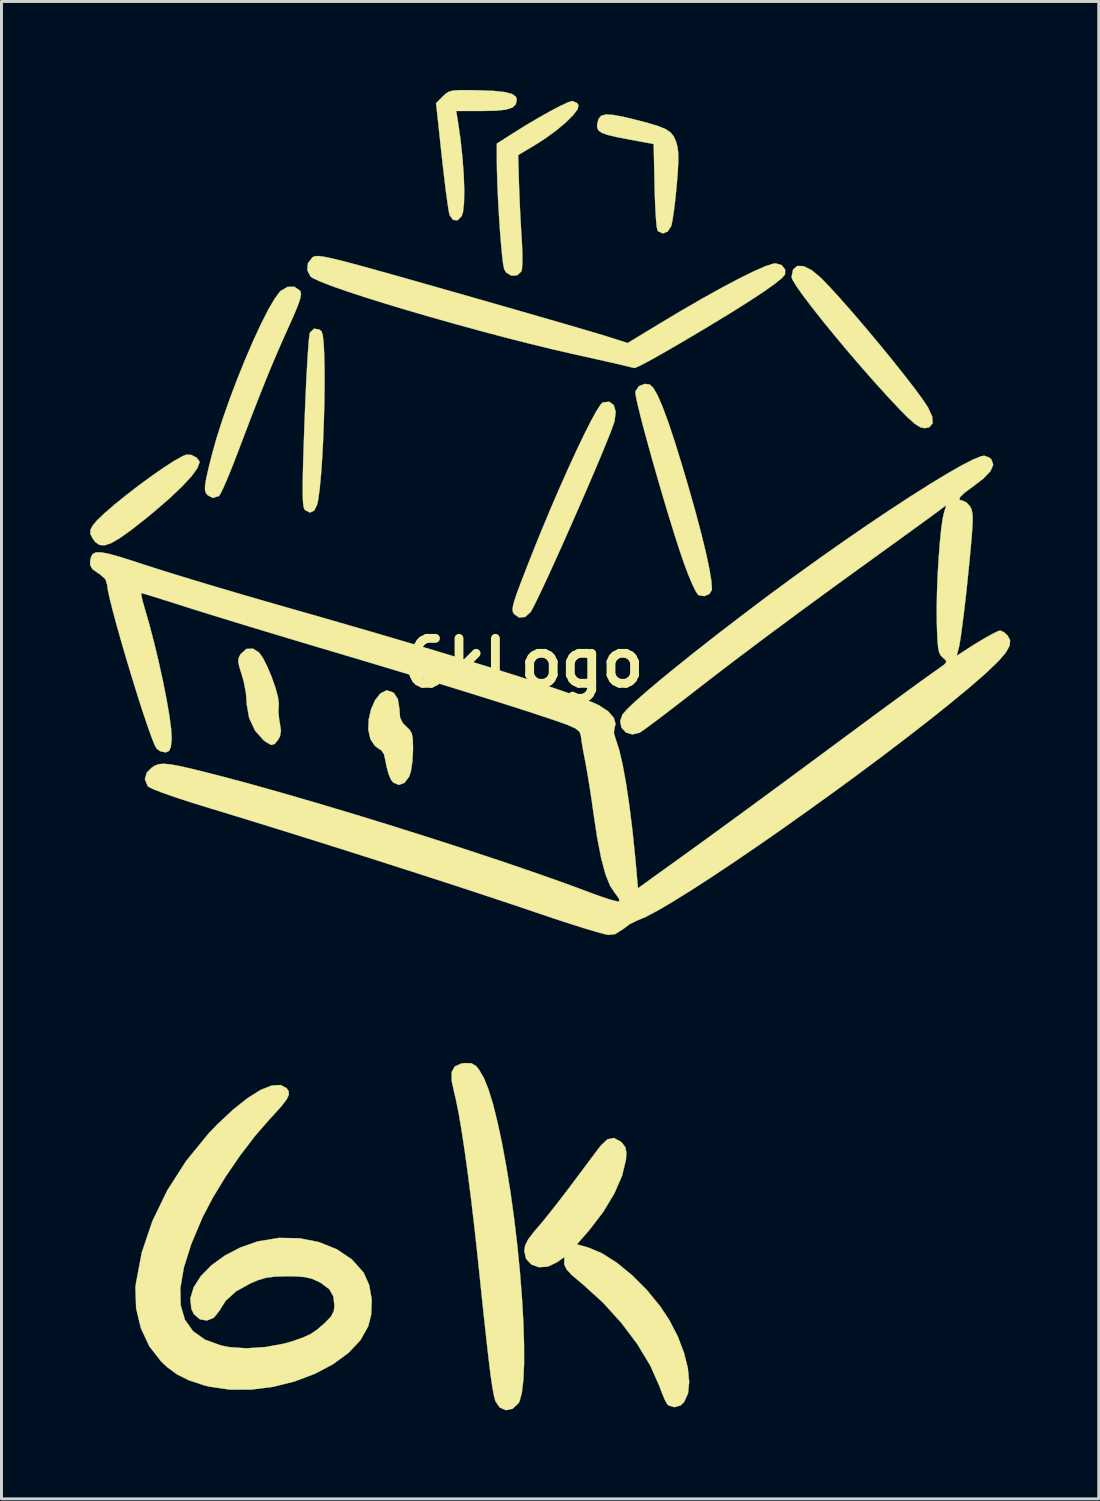
<source format=kicad_pcb>
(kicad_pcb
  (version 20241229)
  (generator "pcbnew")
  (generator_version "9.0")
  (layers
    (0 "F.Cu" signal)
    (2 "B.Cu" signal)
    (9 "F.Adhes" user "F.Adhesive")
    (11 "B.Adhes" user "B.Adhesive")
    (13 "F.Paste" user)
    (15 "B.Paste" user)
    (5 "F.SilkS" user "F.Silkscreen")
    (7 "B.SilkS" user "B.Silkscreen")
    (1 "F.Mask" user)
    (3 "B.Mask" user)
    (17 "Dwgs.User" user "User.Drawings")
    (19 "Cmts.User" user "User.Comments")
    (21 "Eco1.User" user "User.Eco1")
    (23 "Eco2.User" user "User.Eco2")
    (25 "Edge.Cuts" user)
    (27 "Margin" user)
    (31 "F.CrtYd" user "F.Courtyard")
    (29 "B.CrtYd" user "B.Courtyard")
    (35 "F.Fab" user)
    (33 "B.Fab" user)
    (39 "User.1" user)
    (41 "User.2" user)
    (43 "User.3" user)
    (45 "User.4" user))
  (footprint "6kLogo"
    (layer "F.Cu")
    (at 14.722 19.423)
    (property "Reference" "6kLogo" (at 0 0 0) (layer "F.SilkS") (effects (font (size 1.524 1.524) (thickness 0.3))))
    (attr through_hole)
    (fp_poly (pts (xy -11.286 -7.053) (xy -11.111 -6.963) (xy -11.011 -6.836) (xy -11.007 -6.805) (xy -11.076 -6.611) (xy -11.276 -6.334) (xy -11.598 -5.985) (xy -12.032 -5.574) (xy -12.567 -5.112) (xy -12.855 -4.876) (xy -13.34 -4.496) (xy -13.72 -4.226) (xy -14.013 -4.058) (xy -14.236 -3.986) (xy -14.407 -4.003) (xy -14.545 -4.103) (xy -14.619 -4.201) (xy -14.712 -4.377) (xy -14.701 -4.521) (xy -14.64 -4.643) (xy -14.501 -4.816) (xy -14.246 -5.061) (xy -13.905 -5.357) (xy -13.505 -5.681) (xy -13.073 -6.015) (xy -12.636 -6.335) (xy -12.224 -6.622) (xy -11.862 -6.855) (xy -11.579 -7.012) (xy -11.46 -7.061) (xy -11.286 -7.053)) (stroke (width 0.01) (type solid)) (fill yes) (layer "F.SilkS"))
    (fp_poly (pts (xy -8.991 -0.355) (xy -8.858 -0.168) (xy -8.71 0.124) (xy -8.564 0.473) (xy -8.438 0.831) (xy -8.351 1.149) (xy -8.32 1.38) (xy -8.324 1.425) (xy -8.335 1.659) (xy -8.305 1.949) (xy -8.289 2.026) (xy -8.248 2.297) (xy -8.281 2.487) (xy -8.339 2.593) (xy -8.462 2.747) (xy -8.58 2.778) (xy -8.747 2.686) (xy -8.839 2.617) (xy -9.127 2.292) (xy -9.326 1.867) (xy -9.41 1.397) (xy -9.411 1.326) (xy -9.438 0.998) (xy -9.512 0.62) (xy -9.576 0.398) (xy -9.665 0.115) (xy -9.698 -0.063) (xy -9.676 -0.19) (xy -9.612 -0.305) (xy -9.422 -0.475) (xy -9.198 -0.486) (xy -8.991 -0.355)) (stroke (width 0.01) (type solid)) (fill yes) (layer "F.SilkS"))
    (fp_poly (pts (xy -6.955 -11.306) (xy -6.875 -11.244) (xy -6.832 -11.115) (xy -6.801 -10.842) (xy -6.781 -10.449) (xy -6.771 -9.96) (xy -6.77 -9.401) (xy -6.778 -8.795) (xy -6.795 -8.167) (xy -6.819 -7.542) (xy -6.851 -6.944) (xy -6.889 -6.397) (xy -6.933 -5.926) (xy -6.982 -5.556) (xy -7.018 -5.376) (xy -7.119 -5.167) (xy -7.266 -5.097) (xy -7.427 -5.18) (xy -7.446 -5.202) (xy -7.475 -5.268) (xy -7.496 -5.396) (xy -7.508 -5.602) (xy -7.512 -5.902) (xy -7.507 -6.311) (xy -7.494 -6.844) (xy -7.472 -7.519) (xy -7.448 -8.19) (xy -7.421 -8.875) (xy -7.392 -9.509) (xy -7.362 -10.073) (xy -7.333 -10.544) (xy -7.306 -10.904) (xy -7.282 -11.129) (xy -7.267 -11.197) (xy -7.129 -11.331) (xy -6.955 -11.306)) (stroke (width 0.01) (type solid)) (fill yes) (layer "F.SilkS"))
    (fp_poly (pts (xy -4.429 1.006) (xy -4.287 1.22) (xy -4.233 1.555) (xy -4.233 1.576) (xy -4.21 1.85) (xy -4.12 2.036) (xy -4 2.156) (xy -3.879 2.274) (xy -3.81 2.4) (xy -3.779 2.583) (xy -3.772 2.873) (xy -3.773 2.978) (xy -3.794 3.35) (xy -3.844 3.67) (xy -3.901 3.852) (xy -4.063 4.064) (xy -4.255 4.133) (xy -4.44 4.055) (xy -4.515 3.963) (xy -4.603 3.759) (xy -4.676 3.478) (xy -4.694 3.37) (xy -4.754 3.098) (xy -4.849 2.955) (xy -4.923 2.917) (xy -5.068 2.806) (xy -5.202 2.605) (xy -5.219 2.566) (xy -5.288 2.26) (xy -5.274 1.913) (xy -5.193 1.567) (xy -5.058 1.261) (xy -4.883 1.037) (xy -4.684 0.934) (xy -4.648 0.931) (xy -4.429 1.006)) (stroke (width 0.01) (type solid)) (fill yes) (layer "F.SilkS"))
    (fp_poly (pts (xy 9.47 -13.451) (xy 9.744 -13.314) (xy 10.049 -13.06) (xy 10.353 -12.746) (xy 10.722 -12.341) (xy 11.138 -11.868) (xy 11.58 -11.351) (xy 12.029 -10.814) (xy 12.465 -10.281) (xy 12.867 -9.777) (xy 13.217 -9.325) (xy 13.494 -8.949) (xy 13.679 -8.673) (xy 13.686 -8.66) (xy 13.829 -8.348) (xy 13.841 -8.12) (xy 13.725 -7.988) (xy 13.562 -7.958) (xy 13.421 -7.992) (xy 13.244 -8.103) (xy 13.007 -8.312) (xy 12.707 -8.615) (xy 12.285 -9.066) (xy 11.838 -9.56) (xy 11.382 -10.08) (xy 10.929 -10.609) (xy 10.495 -11.129) (xy 10.093 -11.622) (xy 9.738 -12.073) (xy 9.443 -12.462) (xy 9.223 -12.774) (xy 9.091 -12.991) (xy 9.059 -13.081) (xy 9.11 -13.335) (xy 9.253 -13.458) (xy 9.47 -13.451)) (stroke (width 0.01) (type solid)) (fill yes) (layer "F.SilkS"))
    (fp_poly (pts (xy -1.563 -19.412) (xy -1.033 -19.392) (xy -0.654 -19.351) (xy -0.41 -19.286) (xy -0.283 -19.193) (xy -0.254 -19.095) (xy -0.288 -18.936) (xy -0.405 -18.826) (xy -0.627 -18.756) (xy -0.975 -18.72) (xy -1.414 -18.711) (xy -2.308 -18.711) (xy -2.249 -18.352) (xy -2.161 -17.737) (xy -2.096 -17.126) (xy -2.053 -16.547) (xy -2.035 -16.029) (xy -2.043 -15.6) (xy -2.077 -15.288) (xy -2.12 -15.15) (xy -2.26 -15.006) (xy -2.414 -15.018) (xy -2.53 -15.177) (xy -2.56 -15.315) (xy -2.604 -15.595) (xy -2.657 -15.986) (xy -2.715 -16.463) (xy -2.777 -16.997) (xy -2.796 -17.172) (xy -2.99 -18.977) (xy -2.763 -19.204) (xy -2.659 -19.302) (xy -2.555 -19.365) (xy -2.415 -19.402) (xy -2.205 -19.417) (xy -1.887 -19.418) (xy -1.563 -19.412)) (stroke (width 0.01) (type solid)) (fill yes) (layer "F.SilkS"))
    (fp_poly (pts (xy 4.255 -9.437) (xy 4.371 -9.329) (xy 4.513 -9.085) (xy 4.682 -8.699) (xy 4.879 -8.165) (xy 5.107 -7.48) (xy 5.367 -6.637) (xy 5.576 -5.927) (xy 5.808 -5.107) (xy 6.004 -4.366) (xy 6.161 -3.719) (xy 6.275 -3.182) (xy 6.343 -2.772) (xy 6.361 -2.504) (xy 6.359 -2.479) (xy 6.275 -2.338) (xy 6.103 -2.266) (xy 5.922 -2.293) (xy 5.894 -2.31) (xy 5.813 -2.427) (xy 5.694 -2.67) (xy 5.555 -3.002) (xy 5.411 -3.387) (xy 5.262 -3.824) (xy 5.094 -4.345) (xy 4.914 -4.926) (xy 4.727 -5.546) (xy 4.541 -6.181) (xy 4.361 -6.81) (xy 4.193 -7.411) (xy 4.044 -7.961) (xy 3.921 -8.437) (xy 3.829 -8.818) (xy 3.775 -9.081) (xy 3.765 -9.202) (xy 3.885 -9.384) (xy 4.093 -9.461) (xy 4.255 -9.437)) (stroke (width 0.01) (type solid)) (fill yes) (layer "F.SilkS"))
    (fp_poly (pts (xy -7.606 -12.623) (xy -7.591 -12.6) (xy -7.569 -12.505) (xy -7.596 -12.346) (xy -7.681 -12.1) (xy -7.831 -11.743) (xy -7.978 -11.415) (xy -8.22 -10.876) (xy -8.455 -10.334) (xy -8.694 -9.761) (xy -8.948 -9.127) (xy -9.23 -8.404) (xy -9.552 -7.562) (xy -9.704 -7.159) (xy -9.883 -6.696) (xy -10.049 -6.287) (xy -10.19 -5.96) (xy -10.296 -5.741) (xy -10.35 -5.658) (xy -10.558 -5.594) (xy -10.736 -5.69) (xy -10.795 -5.766) (xy -10.824 -5.868) (xy -10.82 -6.023) (xy -10.781 -6.26) (xy -10.702 -6.606) (xy -10.594 -7.039) (xy -10.433 -7.618) (xy -10.229 -8.255) (xy -9.994 -8.926) (xy -9.736 -9.609) (xy -9.466 -10.278) (xy -9.194 -10.91) (xy -8.93 -11.48) (xy -8.684 -11.966) (xy -8.466 -12.341) (xy -8.287 -12.584) (xy -8.26 -12.611) (xy -8.025 -12.748) (xy -7.79 -12.752) (xy -7.606 -12.623)) (stroke (width 0.01) (type solid)) (fill yes) (layer "F.SilkS"))
    (fp_poly (pts (xy 1.787 -18.981) (xy 1.838 -18.907) (xy 1.807 -18.77) (xy 1.654 -18.567) (xy 1.404 -18.319) (xy 1.079 -18.048) (xy 0.704 -17.775) (xy 0.37 -17.561) (xy -0.209 -17.216) (xy -0.181 -16.271) (xy -0.162 -15.75) (xy -0.134 -15.158) (xy -0.102 -14.592) (xy -0.088 -14.373) (xy -0.067 -13.955) (xy -0.064 -13.606) (xy -0.078 -13.362) (xy -0.099 -13.271) (xy -0.244 -13.14) (xy -0.435 -13.129) (xy -0.609 -13.23) (xy -0.681 -13.345) (xy -0.714 -13.504) (xy -0.75 -13.8) (xy -0.788 -14.204) (xy -0.826 -14.683) (xy -0.86 -15.206) (xy -0.89 -15.742) (xy -0.913 -16.26) (xy -0.927 -16.729) (xy -0.93 -16.994) (xy -0.931 -17.605) (xy -0.445 -17.917) (xy 0.012 -18.202) (xy 0.46 -18.468) (xy 0.872 -18.7) (xy 1.222 -18.884) (xy 1.483 -19.006) (xy 1.628 -19.05) (xy 1.629 -19.05) (xy 1.787 -18.981)) (stroke (width 0.01) (type solid)) (fill yes) (layer "F.SilkS"))
    (fp_poly (pts (xy 3.033 -8.742) (xy 3.098 -8.52) (xy 3.064 -8.215) (xy 3.044 -8.148) (xy 2.955 -7.898) (xy 2.808 -7.526) (xy 2.614 -7.054) (xy 2.383 -6.505) (xy 2.124 -5.902) (xy 1.847 -5.265) (xy 1.563 -4.619) (xy 1.281 -3.985) (xy 1.011 -3.386) (xy 0.763 -2.843) (xy 0.546 -2.381) (xy 0.372 -2.021) (xy 0.248 -1.784) (xy 0.215 -1.728) (xy 0.032 -1.56) (xy -0.173 -1.54) (xy -0.343 -1.656) (xy -0.382 -1.718) (xy -0.398 -1.8) (xy -0.385 -1.922) (xy -0.338 -2.104) (xy -0.25 -2.367) (xy -0.115 -2.729) (xy 0.072 -3.212) (xy 0.274 -3.725) (xy 0.573 -4.467) (xy 0.881 -5.203) (xy 1.188 -5.917) (xy 1.488 -6.591) (xy 1.772 -7.209) (xy 2.032 -7.751) (xy 2.261 -8.203) (xy 2.449 -8.546) (xy 2.589 -8.762) (xy 2.663 -8.834) (xy 2.883 -8.855) (xy 3.033 -8.742)) (stroke (width 0.01) (type solid)) (fill yes) (layer "F.SilkS"))
    (fp_poly (pts (xy 3.044 -18.574) (xy 3.437 -18.496) (xy 3.668 -18.44) (xy 4.173 -18.31) (xy 4.539 -18.2) (xy 4.793 -18.095) (xy 4.96 -17.982) (xy 5.069 -17.846) (xy 5.144 -17.672) (xy 5.151 -17.652) (xy 5.197 -17.475) (xy 5.22 -17.265) (xy 5.221 -16.987) (xy 5.2 -16.604) (xy 5.166 -16.186) (xy 5.122 -15.743) (xy 5.074 -15.342) (xy 5.026 -15.023) (xy 4.985 -14.826) (xy 4.98 -14.81) (xy 4.86 -14.625) (xy 4.698 -14.56) (xy 4.545 -14.629) (xy 4.514 -14.668) (xy 4.489 -14.785) (xy 4.465 -15.041) (xy 4.443 -15.404) (xy 4.425 -15.845) (xy 4.416 -16.183) (xy 4.386 -17.592) (xy 3.635 -17.73) (xy 3.162 -17.821) (xy 2.832 -17.898) (xy 2.623 -17.973) (xy 2.51 -18.057) (xy 2.468 -18.159) (xy 2.471 -18.258) (xy 2.514 -18.439) (xy 2.607 -18.55) (xy 2.776 -18.594) (xy 3.044 -18.574)) (stroke (width 0.01) (type solid)) (fill yes) (layer "F.SilkS"))
    (fp_poly (pts (xy -1.789 13.57) (xy -1.631 13.666) (xy -1.53 13.793) (xy -1.368 14.072) (xy -1.214 14.453) (xy -1.06 14.953) (xy -0.902 15.591) (xy -0.76 16.256) (xy -0.605 17.09) (xy -0.464 17.967) (xy -0.34 18.868) (xy -0.233 19.775) (xy -0.146 20.669) (xy -0.078 21.532) (xy -0.032 22.346) (xy -0.008 23.091) (xy -0.007 23.75) (xy -0.031 24.304) (xy -0.082 24.734) (xy -0.159 25.023) (xy -0.192 25.086) (xy -0.395 25.28) (xy -0.623 25.329) (xy -0.833 25.236) (xy -0.969 25.04) (xy -1.003 24.94) (xy -1.038 24.794) (xy -1.075 24.591) (xy -1.117 24.316) (xy -1.165 23.955) (xy -1.22 23.495) (xy -1.285 22.923) (xy -1.361 22.225) (xy -1.45 21.387) (xy -1.553 20.396) (xy -1.568 20.248) (xy -1.678 19.236) (xy -1.791 18.269) (xy -1.906 17.366) (xy -2.019 16.546) (xy -2.128 15.827) (xy -2.231 15.228) (xy -2.324 14.769) (xy -2.372 14.578) (xy -2.463 14.156) (xy -2.459 13.861) (xy -2.354 13.675) (xy -2.141 13.58) (xy -2.019 13.563) (xy -1.789 13.57)) (stroke (width 0.01) (type solid)) (fill yes) (layer "F.SilkS"))
    (fp_poly (pts (xy 3.264 16.221) (xy 3.313 16.267) (xy 3.425 16.415) (xy 3.462 16.595) (xy 3.446 16.838) (xy 3.314 17.384) (xy 3.052 17.985) (xy 2.673 18.613) (xy 2.193 19.238) (xy 2.117 19.325) (xy 1.782 19.706) (xy 2.165 19.814) (xy 2.632 20.009) (xy 3.139 20.331) (xy 3.655 20.755) (xy 4.153 21.254) (xy 4.601 21.8) (xy 4.912 22.267) (xy 5.201 22.824) (xy 5.412 23.376) (xy 5.543 23.899) (xy 5.59 24.369) (xy 5.55 24.761) (xy 5.419 25.052) (xy 5.3 25.166) (xy 5.091 25.227) (xy 4.893 25.17) (xy 4.844 25.125) (xy 4.771 24.992) (xy 4.67 24.755) (xy 4.579 24.512) (xy 4.271 23.817) (xy 3.833 23.092) (xy 3.291 22.37) (xy 2.67 21.685) (xy 1.996 21.071) (xy 1.904 20.996) (xy 1.606 20.744) (xy 1.431 20.553) (xy 1.36 20.4) (xy 1.355 20.349) (xy 1.355 20.139) (xy 1.109 20.314) (xy 0.8 20.461) (xy 0.498 20.483) (xy 0.24 20.391) (xy 0.062 20.2) (xy 0 19.939) (xy 0.028 19.748) (xy 0.129 19.544) (xy 0.324 19.286) (xy 0.432 19.161) (xy 0.646 18.908) (xy 0.925 18.559) (xy 1.239 18.158) (xy 1.554 17.745) (xy 1.623 17.653) (xy 1.909 17.27) (xy 2.176 16.913) (xy 2.4 16.615) (xy 2.556 16.407) (xy 2.591 16.362) (xy 2.815 16.148) (xy 3.036 16.101) (xy 3.264 16.221)) (stroke (width 0.01) (type solid)) (fill yes) (layer "F.SilkS"))
    (fp_poly (pts (xy -6.951 -13.792) (xy -6.805 -13.773) (xy -6.6 -13.732) (xy -6.325 -13.668) (xy -5.965 -13.576) (xy -5.508 -13.453) (xy -4.941 -13.296) (xy -4.251 -13.103) (xy -3.425 -12.868) (xy -2.45 -12.59) (xy -2.409 -12.579) (xy -1.538 -12.33) (xy -0.696 -12.089) (xy 0.097 -11.861) (xy 0.825 -11.65) (xy 1.471 -11.463) (xy 2.016 -11.304) (xy 2.443 -11.178) (xy 2.734 -11.091) (xy 2.832 -11.06) (xy 3.504 -10.845) (xy 4.525 -11.465) (xy 5.309 -11.934) (xy 6.041 -12.358) (xy 6.708 -12.728) (xy 7.295 -13.038) (xy 7.789 -13.281) (xy 8.175 -13.45) (xy 8.44 -13.536) (xy 8.52 -13.547) (xy 8.727 -13.486) (xy 8.843 -13.336) (xy 8.838 -13.171) (xy 8.732 -13.046) (xy 8.483 -12.846) (xy 8.1 -12.575) (xy 7.588 -12.239) (xy 6.956 -11.842) (xy 6.211 -11.389) (xy 5.969 -11.245) (xy 5.248 -10.819) (xy 4.664 -10.481) (xy 4.219 -10.232) (xy 3.914 -10.072) (xy 3.75 -10.002) (xy 3.726 -9.999) (xy 3.623 -10.024) (xy 3.425 -10.072) (xy 3.387 -10.082) (xy 3.205 -10.125) (xy 2.893 -10.196) (xy 2.486 -10.288) (xy 2.018 -10.392) (xy 1.693 -10.464) (xy 0.96 -10.633) (xy 0.172 -10.825) (xy -0.655 -11.035) (xy -1.501 -11.26) (xy -2.35 -11.493) (xy -3.185 -11.729) (xy -3.988 -11.963) (xy -4.743 -12.191) (xy -5.43 -12.406) (xy -6.034 -12.605) (xy -6.536 -12.781) (xy -6.92 -12.93) (xy -7.168 -13.046) (xy -7.247 -13.101) (xy -7.357 -13.315) (xy -7.333 -13.553) (xy -7.183 -13.747) (xy -7.172 -13.755) (xy -7.122 -13.78) (xy -7.052 -13.793) (xy -6.951 -13.792)) (stroke (width 0.01) (type solid)) (fill yes) (layer "F.SilkS"))
    (fp_poly (pts (xy -8.06 14.41) (xy -7.986 14.514) (xy -7.98 14.633) (xy -8.053 14.791) (xy -8.22 15.01) (xy -8.491 15.313) (xy -8.635 15.466) (xy -9.13 16.036) (xy -9.641 16.706) (xy -10.131 17.423) (xy -10.565 18.136) (xy -10.907 18.792) (xy -10.91 18.797) (xy -11.29 19.7) (xy -11.54 20.496) (xy -11.659 21.187) (xy -11.647 21.774) (xy -11.504 22.261) (xy -11.229 22.649) (xy -10.821 22.939) (xy -10.282 23.134) (xy -10.003 23.19) (xy -9.422 23.231) (xy -8.775 23.188) (xy -8.135 23.071) (xy -7.825 22.981) (xy -7.482 22.858) (xy -7.236 22.743) (xy -7.022 22.597) (xy -6.774 22.384) (xy -6.766 22.377) (xy -6.555 22.16) (xy -6.456 21.969) (xy -6.435 21.786) (xy -6.474 21.465) (xy -6.612 21.227) (xy -6.881 21.025) (xy -6.967 20.977) (xy -7.191 20.876) (xy -7.43 20.818) (xy -7.741 20.793) (xy -8.043 20.789) (xy -8.448 20.801) (xy -8.754 20.841) (xy -9.033 20.924) (xy -9.284 21.03) (xy -9.773 21.302) (xy -10.122 21.619) (xy -10.34 21.963) (xy -10.523 22.195) (xy -10.756 22.289) (xy -10.995 22.249) (xy -11.197 22.077) (xy -11.286 21.897) (xy -11.32 21.539) (xy -11.206 21.161) (xy -10.963 20.782) (xy -10.608 20.419) (xy -10.158 20.092) (xy -9.631 19.816) (xy -9.045 19.611) (xy -9.013 19.603) (xy -8.312 19.488) (xy -7.617 19.501) (xy -6.956 19.632) (xy -6.356 19.874) (xy -5.846 20.217) (xy -5.454 20.655) (xy -5.445 20.668) (xy -5.258 21.083) (xy -5.171 21.576) (xy -5.189 22.086) (xy -5.29 22.485) (xy -5.556 22.958) (xy -5.963 23.39) (xy -6.487 23.772) (xy -7.102 24.097) (xy -7.784 24.354) (xy -8.507 24.535) (xy -9.247 24.63) (xy -9.979 24.632) (xy -10.676 24.531) (xy -10.88 24.478) (xy -11.38 24.31) (xy -11.771 24.116) (xy -12.112 23.864) (xy -12.309 23.679) (xy -12.71 23.163) (xy -12.997 22.549) (xy -13.158 21.875) (xy -13.181 21.179) (xy -13.169 21.056) (xy -12.968 19.989) (xy -12.609 18.924) (xy -12.104 17.881) (xy -11.463 16.881) (xy -10.699 15.946) (xy -10.419 15.654) (xy -9.874 15.142) (xy -9.375 14.746) (xy -8.934 14.471) (xy -8.559 14.323) (xy -8.259 14.307) (xy -8.06 14.41)) (stroke (width 0.01) (type solid)) (fill yes) (layer "F.SilkS"))
    (fp_poly (pts (xy 15.756 -6.967) (xy 15.835 -6.898) (xy 15.895 -6.719) (xy 15.805 -6.505) (xy 15.56 -6.249) (xy 15.246 -6.009) (xy 14.937 -5.779) (xy 14.771 -5.622) (xy 14.745 -5.532) (xy 14.854 -5.503) (xy 14.857 -5.503) (xy 14.993 -5.438) (xy 15.109 -5.309) (xy 15.164 -5.198) (xy 15.193 -5.048) (xy 15.199 -4.824) (xy 15.182 -4.493) (xy 15.154 -4.145) (xy 15.1 -3.549) (xy 15.039 -2.934) (xy 14.975 -2.329) (xy 14.91 -1.763) (xy 14.847 -1.266) (xy 14.792 -0.866) (xy 14.746 -0.593) (xy 14.73 -0.523) (xy 14.657 -0.241) (xy 14.885 -0.392) (xy 15.236 -0.617) (xy 15.571 -0.819) (xy 15.856 -0.979) (xy 16.058 -1.078) (xy 16.132 -1.101) (xy 16.258 -1.043) (xy 16.381 -0.933) (xy 16.468 -0.774) (xy 16.452 -0.585) (xy 16.324 -0.353) (xy 16.073 -0.062) (xy 15.692 0.304) (xy 15.592 0.395) (xy 15.056 0.859) (xy 14.431 1.375) (xy 13.73 1.935) (xy 12.968 2.527) (xy 12.158 3.143) (xy 11.315 3.772) (xy 10.452 4.404) (xy 9.583 5.029) (xy 8.723 5.639) (xy 7.885 6.221) (xy 7.084 6.768) (xy 6.332 7.268) (xy 5.645 7.713) (xy 5.036 8.091) (xy 4.52 8.394) (xy 4.109 8.611) (xy 3.835 8.726) (xy 3.571 8.854) (xy 3.344 9.025) (xy 3.078 9.192) (xy 2.861 9.218) (xy 2.709 9.188) (xy 2.421 9.109) (xy 2.021 8.989) (xy 1.533 8.835) (xy 0.981 8.654) (xy 0.389 8.454) (xy 0.381 8.452) (xy -0.398 8.188) (xy -1.313 7.884) (xy -2.335 7.548) (xy -3.44 7.19) (xy -4.598 6.817) (xy -5.784 6.439) (xy -6.971 6.064) (xy -8.131 5.701) (xy -9.237 5.358) (xy -10.264 5.043) (xy -10.583 4.947) (xy -11.256 4.739) (xy -11.821 4.555) (xy -12.266 4.4) (xy -12.578 4.278) (xy -12.744 4.194) (xy -12.764 4.176) (xy -12.862 3.939) (xy -12.795 3.716) (xy -12.638 3.556) (xy -12.527 3.481) (xy -12.403 3.434) (xy -12.243 3.417) (xy -12.024 3.433) (xy -11.725 3.485) (xy -11.322 3.575) (xy -10.793 3.706) (xy -10.372 3.814) (xy -9.345 4.087) (xy -8.206 4.406) (xy -6.982 4.762) (xy -5.702 5.146) (xy -4.394 5.549) (xy -3.087 5.962) (xy -1.81 6.376) (xy -0.59 6.782) (xy 0.544 7.172) (xy 1.563 7.535) (xy 2.228 7.783) (xy 2.595 7.917) (xy 2.906 8.019) (xy 3.125 8.078) (xy 3.217 8.086) (xy 3.215 8.002) (xy 3.116 7.853) (xy 3.084 7.817) (xy 2.909 7.554) (xy 2.75 7.156) (xy 2.605 6.613) (xy 2.47 5.916) (xy 2.364 5.216) (xy 2.291 4.705) (xy 2.214 4.194) (xy 2.139 3.734) (xy 2.075 3.376) (xy 2.06 3.302) (xy 1.995 2.966) (xy 1.945 2.673) (xy 1.919 2.48) (xy 1.918 2.468) (xy 1.872 2.331) (xy 1.732 2.217) (xy 1.482 2.106) (xy 1.152 1.986) (xy 0.675 1.825) (xy 0.068 1.625) (xy -0.656 1.394) (xy -1.48 1.135) (xy -2.388 0.853) (xy -3.364 0.553) (xy -4.394 0.241) (xy -5.461 -0.079) (xy -6.223 -0.306) (xy -7.042 -0.55) (xy -7.874 -0.799) (xy -8.69 -1.045) (xy -9.463 -1.279) (xy -10.165 -1.494) (xy -10.768 -1.68) (xy -11.245 -1.829) (xy -11.359 -1.865) (xy -11.847 -2.021) (xy -12.278 -2.157) (xy -12.627 -2.266) (xy -12.869 -2.339) (xy -12.977 -2.37) (xy -12.98 -2.371) (xy -12.982 -2.298) (xy -12.941 -2.113) (xy -12.9 -1.968) (xy -12.724 -1.358) (xy -12.552 -0.704) (xy -12.391 -0.034) (xy -12.247 0.623) (xy -12.125 1.238) (xy -12.031 1.783) (xy -11.972 2.229) (xy -11.953 2.547) (xy -11.954 2.599) (xy -11.983 2.853) (xy -12.042 2.982) (xy -12.149 3.03) (xy -12.154 3.031) (xy -12.344 2.991) (xy -12.464 2.904) (xy -12.535 2.769) (xy -12.643 2.495) (xy -12.781 2.107) (xy -12.941 1.63) (xy -13.115 1.087) (xy -13.296 0.503) (xy -13.477 -0.096) (xy -13.65 -0.687) (xy -13.808 -1.245) (xy -13.943 -1.745) (xy -14.048 -2.163) (xy -14.116 -2.474) (xy -14.139 -2.65) (xy -14.197 -2.838) (xy -14.387 -3.007) (xy -14.441 -3.04) (xy -14.641 -3.183) (xy -14.717 -3.324) (xy -14.716 -3.442) (xy -14.687 -3.593) (xy -14.629 -3.696) (xy -14.522 -3.749) (xy -14.345 -3.751) (xy -14.08 -3.7) (xy -13.706 -3.596) (xy -13.203 -3.437) (xy -12.858 -3.323) (xy -12.407 -3.178) (xy -11.823 -2.996) (xy -11.139 -2.788) (xy -10.384 -2.561) (xy -9.59 -2.327) (xy -8.788 -2.094) (xy -8.128 -1.905) (xy -6.514 -1.443) (xy -5.011 -1.007) (xy -3.623 -0.598) (xy -2.358 -0.217) (xy -1.219 0.132) (xy -0.214 0.449) (xy 0.653 0.732) (xy 1.376 0.979) (xy 1.95 1.188) (xy 2.368 1.358) (xy 2.534 1.436) (xy 2.839 1.636) (xy 3.033 1.854) (xy 3.095 2.065) (xy 3.065 2.168) (xy 3.036 2.369) (xy 3.108 2.612) (xy 3.22 2.957) (xy 3.335 3.452) (xy 3.449 4.08) (xy 3.559 4.821) (xy 3.664 5.658) (xy 3.758 6.57) (xy 3.795 6.972) (xy 3.852 7.637) (xy 5.546 6.418) (xy 6.038 6.062) (xy 6.635 5.628) (xy 7.303 5.14) (xy 8.01 4.622) (xy 8.725 4.096) (xy 9.415 3.587) (xy 9.737 3.349) (xy 10.63 2.688) (xy 11.398 2.12) (xy 12.052 1.637) (xy 12.604 1.232) (xy 13.065 0.895) (xy 13.445 0.619) (xy 13.756 0.396) (xy 14.009 0.217) (xy 14.021 0.208) (xy 14.224 0.062) (xy 14.305 -0.027) (xy 14.281 -0.1) (xy 14.191 -0.179) (xy 14.115 -0.255) (xy 14.062 -0.361) (xy 14.028 -0.528) (xy 14.005 -0.788) (xy 13.989 -1.172) (xy 13.984 -1.368) (xy 13.98 -1.854) (xy 13.99 -2.406) (xy 14.013 -2.988) (xy 14.047 -3.565) (xy 14.088 -4.102) (xy 14.135 -4.563) (xy 14.186 -4.913) (xy 14.22 -5.066) (xy 14.301 -5.348) (xy 14.03 -5.143) (xy 13.889 -5.04) (xy 13.633 -4.853) (xy 13.281 -4.597) (xy 12.856 -4.289) (xy 12.379 -3.944) (xy 11.896 -3.595) (xy 10.514 -2.595) (xy 9.257 -1.674) (xy 8.107 -0.821) (xy 7.046 -0.022) (xy 6.057 0.736) (xy 5.592 1.098) (xy 5.149 1.441) (xy 4.741 1.754) (xy 4.39 2.019) (xy 4.118 2.22) (xy 3.948 2.339) (xy 3.912 2.361) (xy 3.66 2.423) (xy 3.443 2.354) (xy 3.294 2.192) (xy 3.249 1.972) (xy 3.328 1.748) (xy 3.474 1.579) (xy 3.744 1.32) (xy 4.126 0.983) (xy 4.608 0.576) (xy 5.176 0.112) (xy 5.818 -0.402) (xy 6.521 -0.953) (xy 7.273 -1.531) (xy 8.062 -2.128) (xy 8.297 -2.304) (xy 9.137 -2.922) (xy 9.978 -3.527) (xy 10.807 -4.111) (xy 11.612 -4.665) (xy 12.379 -5.18) (xy 13.096 -5.649) (xy 13.75 -6.063) (xy 14.329 -6.414) (xy 14.818 -6.694) (xy 15.206 -6.893) (xy 15.48 -7.005) (xy 15.589 -7.026) (xy 15.756 -6.967)) (stroke (width 0.01) (type solid)) (fill yes) (layer "F.SilkS")))
  (gr_rect
    (start -3 -3)
    (end 34.195 47.757)
    (stroke (width 0.1) (type default))
    (fill no)
    (layer "Edge.Cuts")))
</source>
